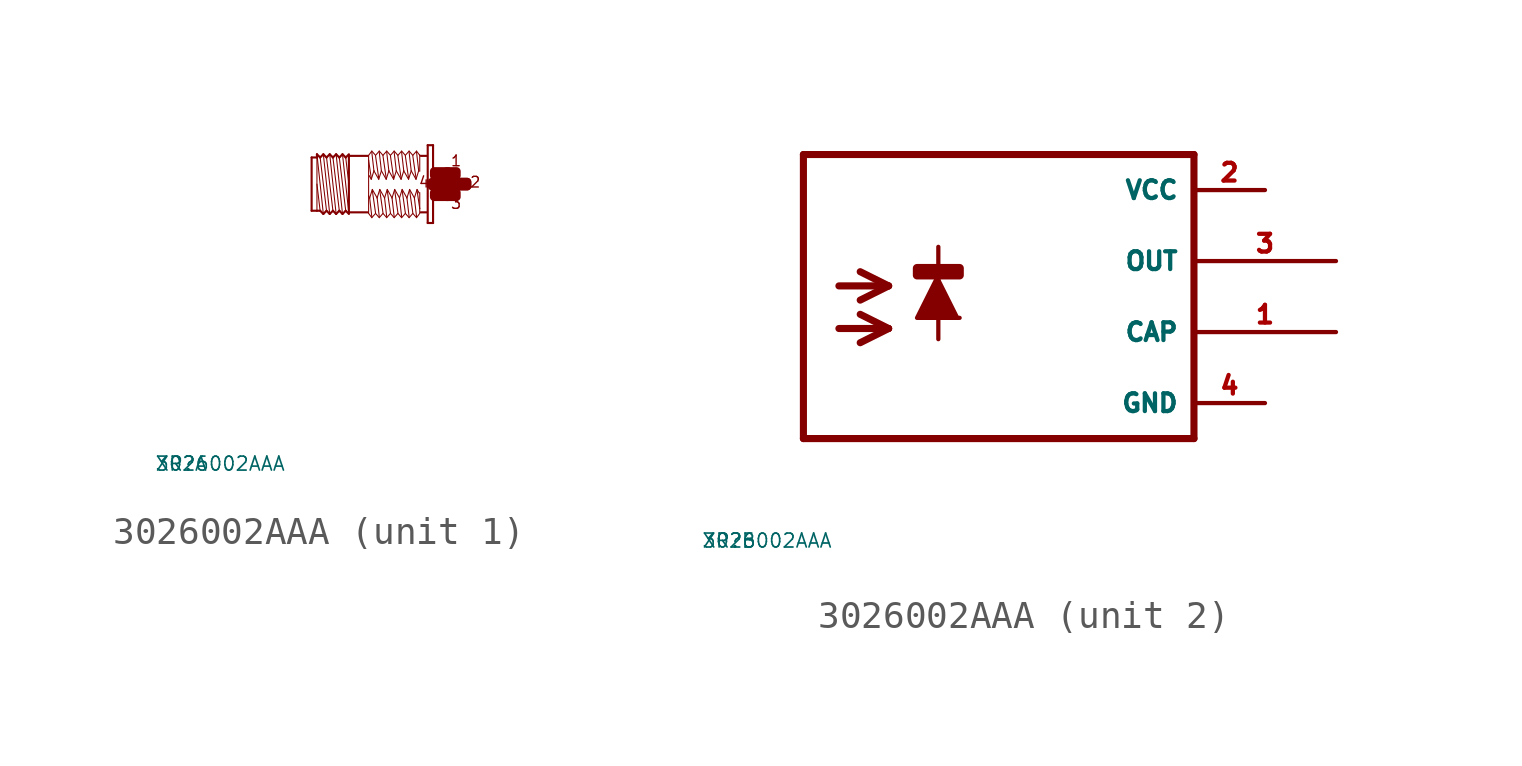
<source format=kicad_sym>
(kicad_symbol_lib
  (version 20220914)
  (generator Eagle2Kicad)
  (symbol "3026002AAA"
    (property "Reference" "XR"
      (at -10 -10 0)
      (effects (font (size 0.5 0.5) (thickness 0.06)) (justify left)))
    (property "Value" "3026002AAA"
      (at -10 -10 0)
      (effects (font (size 0.5 0.5) (thickness 0.06)) (justify left)))
    (symbol "3026002AAA_1_0"
      (polyline (pts (xy -3.048 -1.067) (xy -3.277 1.067)) (stroke (width 0.038) (type default)) (fill (type none)))
      (polyline (pts (xy -3.162 0.953) (xy -3.048 0)) (stroke (width 0.038) (type default)) (fill (type none)))
      (polyline (pts (xy -3.162 -0.953) (xy -3.391 0.953)) (stroke (width 0.038) (type default)) (fill (type none)))
      (polyline (pts (xy -3.277 -1.067) (xy -3.505 1.067)) (stroke (width 0.038) (type default)) (fill (type none)))
      (polyline (pts (xy -3.391 -0.953) (xy -3.619 0.953)) (stroke (width 0.038) (type default)) (fill (type none)))
      (polyline (pts (xy -3.505 -1.067) (xy -3.734 1.067)) (stroke (width 0.038) (type default)) (fill (type none)))
      (polyline (pts (xy -3.619 -0.953) (xy -3.848 0.953)) (stroke (width 0.038) (type default)) (fill (type none)))
      (polyline (pts (xy -3.734 -1.067) (xy -3.962 1.067)) (stroke (width 0.038) (type default)) (fill (type none)))
      (polyline (pts (xy -3.848 -0.953) (xy -4.077 0.953)) (stroke (width 0.038) (type default)) (fill (type none)))
      (polyline (pts (xy -3.962 -1.067) (xy -4.191 1.067)) (stroke (width 0.038) (type default)) (fill (type none)))
      (polyline (pts (xy -4.191 0) (xy -4.077 -0.953)) (stroke (width 0.038) (type default)) (fill (type none)))
      (polyline (pts (xy -4.191 1.029) (xy -4.191 0.953)) (stroke (width 0.038) (type default)) (fill (type none)))
      (polyline (pts (xy -4.191 0.953) (xy -4.191 -0.953)) (stroke (width 0.038) (type default)) (fill (type none)))
      (polyline (pts (xy -4.381 -0.953) (xy -4.381 0.953)) (stroke (width 0.076) (type default)) (fill (type none)))
      (polyline (pts (xy -4.381 0.953) (xy -4.191 0.953)) (stroke (width 0.076) (type default)) (fill (type none)))
      (polyline (pts (xy -4.191 0.953) (xy -4.191 1.067)) (stroke (width 0.076) (type default)) (fill (type none)))
      (polyline (pts (xy -4.191 1.067) (xy -4.077 0.953)) (stroke (width 0.076) (type default)) (fill (type none)))
      (polyline (pts (xy -4.077 0.953) (xy -3.962 1.067)) (stroke (width 0.076) (type default)) (fill (type none)))
      (polyline (pts (xy -3.962 1.067) (xy -3.848 0.953)) (stroke (width 0.076) (type default)) (fill (type none)))
      (polyline (pts (xy -3.848 0.953) (xy -3.734 1.067)) (stroke (width 0.076) (type default)) (fill (type none)))
      (polyline (pts (xy -3.734 1.067) (xy -3.619 0.953)) (stroke (width 0.076) (type default)) (fill (type none)))
      (polyline (pts (xy -3.619 0.953) (xy -3.505 1.067)) (stroke (width 0.076) (type default)) (fill (type none)))
      (polyline (pts (xy -3.277 1.067) (xy -3.162 0.953)) (stroke (width 0.076) (type default)) (fill (type none)))
      (polyline (pts (xy -3.162 0.953) (xy -3.048 1.067)) (stroke (width 0.076) (type default)) (fill (type none)))
      (polyline (pts (xy -3.048 -1.067) (xy -3.162 -0.953)) (stroke (width 0.076) (type default)) (fill (type none)))
      (polyline (pts (xy -3.162 -0.953) (xy -3.277 -1.067)) (stroke (width 0.076) (type default)) (fill (type none)))
      (polyline (pts (xy -3.277 -1.067) (xy -3.391 -0.953)) (stroke (width 0.076) (type default)) (fill (type none)))
      (polyline (pts (xy -3.391 -0.953) (xy -3.505 -1.067)) (stroke (width 0.076) (type default)) (fill (type none)))
      (polyline (pts (xy -3.505 -1.067) (xy -3.619 -0.953)) (stroke (width 0.076) (type default)) (fill (type none)))
      (polyline (pts (xy -3.619 -0.953) (xy -3.734 -1.067)) (stroke (width 0.076) (type default)) (fill (type none)))
      (polyline (pts (xy -3.734 -1.067) (xy -3.848 -0.953)) (stroke (width 0.076) (type default)) (fill (type none)))
      (polyline (pts (xy -3.848 -0.953) (xy -3.962 -1.067)) (stroke (width 0.076) (type default)) (fill (type none)))
      (polyline (pts (xy -3.962 -1.067) (xy -4.077 -0.953)) (stroke (width 0.076) (type default)) (fill (type none)))
      (polyline (pts (xy -4.077 -0.953) (xy -4.191 -0.953)) (stroke (width 0.076) (type default)) (fill (type none)))
      (polyline (pts (xy -4.191 -0.953) (xy -4.381 -0.953)) (stroke (width 0.076) (type default)) (fill (type none)))
      (polyline (pts (xy -3.048 1.029) (xy -3.048 1.01)) (stroke (width 0.076) (type default)) (fill (type none)))
      (polyline (pts (xy -3.048 1.01) (xy -3.048 -1.01)) (stroke (width 0.076) (type default)) (fill (type none)))
      (polyline (pts (xy -3.048 -1.01) (xy -3.048 -1.029)) (stroke (width 0.076) (type default)) (fill (type none)))
      (polyline (pts (xy -0.038 1.391) (xy -0.038 -1.391)) (stroke (width 0.076) (type default)) (fill (type none)))
      (polyline (pts (xy -0.038 -1.391) (xy -0.229 -1.391)) (stroke (width 0.076) (type default)) (fill (type none)))
      (polyline (pts (xy -0.229 -1.391) (xy -0.229 1.391)) (stroke (width 0.076) (type default)) (fill (type none)))
      (polyline (pts (xy -0.229 1.391) (xy -0.038 1.391)) (stroke (width 0.076) (type default)) (fill (type none)))
      (polyline (pts (xy -0.267 1.01) (xy -0.476 1.01)) (stroke (width 0.076) (type default)) (fill (type none)))
      (polyline (pts (xy -0.267 -1.01) (xy -0.476 -1.01)) (stroke (width 0.076) (type default)) (fill (type none)))
      (polyline (pts (xy -2.381 -1.01) (xy -3.048 -1.01)) (stroke (width 0.076) (type default)) (fill (type none)))
      (polyline (pts (xy -3.048 1.01) (xy -2.381 1.01)) (stroke (width 0.076) (type default)) (fill (type none)))
      (polyline (pts (xy -0.514 -1.048) (xy -0.629 -1.2)) (stroke (width 0.038) (type default)) (fill (type none)))
      (polyline (pts (xy -0.629 -1.2) (xy -0.762 -1.048)) (stroke (width 0.038) (type default)) (fill (type none)))
      (polyline (pts (xy -0.762 -1.048) (xy -0.895 -1.2)) (stroke (width 0.038) (type default)) (fill (type none)))
      (polyline (pts (xy -0.895 -1.2) (xy -1.029 -1.048)) (stroke (width 0.038) (type default)) (fill (type none)))
      (polyline (pts (xy -1.029 -1.048) (xy -1.162 -1.2)) (stroke (width 0.038) (type default)) (fill (type none)))
      (polyline (pts (xy -1.162 -1.2) (xy -1.295 -1.048)) (stroke (width 0.038) (type default)) (fill (type none)))
      (polyline (pts (xy -1.295 -1.048) (xy -1.429 -1.2)) (stroke (width 0.038) (type default)) (fill (type none)))
      (polyline (pts (xy -1.429 -1.2) (xy -1.562 -1.048)) (stroke (width 0.038) (type default)) (fill (type none)))
      (polyline (pts (xy -1.562 -1.048) (xy -1.696 -1.2)) (stroke (width 0.038) (type default)) (fill (type none)))
      (polyline (pts (xy -1.696 -1.2) (xy -1.829 -1.048)) (stroke (width 0.038) (type default)) (fill (type none)))
      (polyline (pts (xy -1.829 -1.048) (xy -1.962 -1.2)) (stroke (width 0.038) (type default)) (fill (type none)))
      (polyline (pts (xy -1.962 -1.2) (xy -2.095 -1.048)) (stroke (width 0.038) (type default)) (fill (type none)))
      (polyline (pts (xy -2.095 -1.048) (xy -2.229 -1.2)) (stroke (width 0.038) (type default)) (fill (type none)))
      (polyline (pts (xy -2.229 -1.2) (xy -2.343 -1.048)) (stroke (width 0.038) (type default)) (fill (type none)))
      (polyline (pts (xy -2.343 -1.048) (xy -2.343 -0.419)) (stroke (width 0.038) (type default)) (fill (type none)))
      (polyline (pts (xy -2.343 -0.419) (xy -2.343 0.857)) (stroke (width 0.038) (type default)) (fill (type none)))
      (polyline (pts (xy -2.343 0.857) (xy -2.343 1.029)) (stroke (width 0.038) (type default)) (fill (type none)))
      (polyline (pts (xy -0.514 1.048) (xy -0.514 1.029)) (stroke (width 0.038) (type default)) (fill (type none)))
      (polyline (pts (xy -0.514 1.029) (xy -0.514 0.457)) (stroke (width 0.038) (type default)) (fill (type none)))
      (polyline (pts (xy -0.514 -0.305) (xy -0.514 -0.876)) (stroke (width 0.038) (type default)) (fill (type none)))
      (polyline (pts (xy -0.514 -0.876) (xy -0.514 -1.029)) (stroke (width 0.038) (type default)) (fill (type none)))
      (polyline (pts (xy -0.533 -0.324) (xy -0.61 -0.191)) (stroke (width 0.038) (type default)) (fill (type none)))
      (polyline (pts (xy -0.61 -0.191) (xy -0.705 -0.495)) (stroke (width 0.038) (type default)) (fill (type none)))
      (polyline (pts (xy -0.705 -0.495) (xy -0.876 -0.191)) (stroke (width 0.038) (type default)) (fill (type none)))
      (polyline (pts (xy -0.876 -0.191) (xy -0.972 -0.495)) (stroke (width 0.038) (type default)) (fill (type none)))
      (polyline (pts (xy -0.972 -0.495) (xy -1.143 -0.191)) (stroke (width 0.038) (type default)) (fill (type none)))
      (polyline (pts (xy -1.143 -0.191) (xy -1.238 -0.495)) (stroke (width 0.038) (type default)) (fill (type none)))
      (polyline (pts (xy -1.238 -0.495) (xy -1.41 -0.191)) (stroke (width 0.038) (type default)) (fill (type none)))
      (polyline (pts (xy -1.41 -0.191) (xy -1.505 -0.495)) (stroke (width 0.038) (type default)) (fill (type none)))
      (polyline (pts (xy -1.505 -0.495) (xy -1.676 -0.191)) (stroke (width 0.038) (type default)) (fill (type none)))
      (polyline (pts (xy -1.676 -0.191) (xy -1.772 -0.495)) (stroke (width 0.038) (type default)) (fill (type none)))
      (polyline (pts (xy -1.772 -0.495) (xy -1.943 -0.191)) (stroke (width 0.038) (type default)) (fill (type none)))
      (polyline (pts (xy -1.943 -0.191) (xy -2.038 -0.495)) (stroke (width 0.038) (type default)) (fill (type none)))
      (polyline (pts (xy -2.038 -0.495) (xy -2.21 -0.191)) (stroke (width 0.038) (type default)) (fill (type none)))
      (polyline (pts (xy -2.21 -0.191) (xy -2.305 -0.495)) (stroke (width 0.038) (type default)) (fill (type none)))
      (polyline (pts (xy -2.305 -0.495) (xy -2.343 -0.419)) (stroke (width 0.038) (type default)) (fill (type none)))
      (polyline (pts (xy -2.229 -1.162) (xy -2.305 -0.495)) (stroke (width 0.038) (type default)) (fill (type none)))
      (polyline (pts (xy -2.095 -1.029) (xy -2.21 -0.229)) (stroke (width 0.038) (type default)) (fill (type none)))
      (polyline (pts (xy -1.962 -1.162) (xy -2.038 -0.495)) (stroke (width 0.038) (type default)) (fill (type none)))
      (polyline (pts (xy -1.829 -1.029) (xy -1.943 -0.229)) (stroke (width 0.038) (type default)) (fill (type none)))
      (polyline (pts (xy -1.562 -1.029) (xy -1.676 -0.229)) (stroke (width 0.038) (type default)) (fill (type none)))
      (polyline (pts (xy -1.429 -1.162) (xy -1.505 -0.495)) (stroke (width 0.038) (type default)) (fill (type none)))
      (polyline (pts (xy -1.295 -1.029) (xy -1.41 -0.229)) (stroke (width 0.038) (type default)) (fill (type none)))
      (polyline (pts (xy -1.162 -1.162) (xy -1.238 -0.495)) (stroke (width 0.038) (type default)) (fill (type none)))
      (polyline (pts (xy -1.029 -1.029) (xy -1.143 -0.229)) (stroke (width 0.038) (type default)) (fill (type none)))
      (polyline (pts (xy -0.895 -1.162) (xy -0.972 -0.495)) (stroke (width 0.038) (type default)) (fill (type none)))
      (polyline (pts (xy -0.762 -1.029) (xy -0.876 -0.229)) (stroke (width 0.038) (type default)) (fill (type none)))
      (polyline (pts (xy -0.629 -1.162) (xy -0.705 -0.495)) (stroke (width 0.038) (type default)) (fill (type none)))
      (polyline (pts (xy -0.514 -0.876) (xy -0.61 -0.229)) (stroke (width 0.038) (type default)) (fill (type none)))
      (polyline (pts (xy -2.343 1.029) (xy -2.229 1.181)) (stroke (width 0.038) (type default)) (fill (type none)))
      (polyline (pts (xy -2.229 1.181) (xy -2.095 1.029)) (stroke (width 0.038) (type default)) (fill (type none)))
      (polyline (pts (xy -2.095 1.029) (xy -1.962 1.181)) (stroke (width 0.038) (type default)) (fill (type none)))
      (polyline (pts (xy -1.962 1.181) (xy -1.829 1.029)) (stroke (width 0.038) (type default)) (fill (type none)))
      (polyline (pts (xy -1.829 1.029) (xy -1.696 1.181)) (stroke (width 0.038) (type default)) (fill (type none)))
      (polyline (pts (xy -1.696 1.181) (xy -1.562 1.029)) (stroke (width 0.038) (type default)) (fill (type none)))
      (polyline (pts (xy -1.562 1.029) (xy -1.429 1.181)) (stroke (width 0.038) (type default)) (fill (type none)))
      (polyline (pts (xy -1.429 1.181) (xy -1.295 1.029)) (stroke (width 0.038) (type default)) (fill (type none)))
      (polyline (pts (xy -1.295 1.029) (xy -1.162 1.181)) (stroke (width 0.038) (type default)) (fill (type none)))
      (polyline (pts (xy -1.162 1.181) (xy -1.029 1.029)) (stroke (width 0.038) (type default)) (fill (type none)))
      (polyline (pts (xy -1.029 1.029) (xy -0.895 1.181)) (stroke (width 0.038) (type default)) (fill (type none)))
      (polyline (pts (xy -0.895 1.181) (xy -0.762 1.029)) (stroke (width 0.038) (type default)) (fill (type none)))
      (polyline (pts (xy -0.762 1.029) (xy -0.629 1.181)) (stroke (width 0.038) (type default)) (fill (type none)))
      (polyline (pts (xy -0.629 1.181) (xy -0.514 1.029)) (stroke (width 0.038) (type default)) (fill (type none)))
      (polyline (pts (xy -2.324 0.305) (xy -2.248 0.172)) (stroke (width 0.038) (type default)) (fill (type none)))
      (polyline (pts (xy -2.248 0.172) (xy -2.153 0.476)) (stroke (width 0.038) (type default)) (fill (type none)))
      (polyline (pts (xy -2.153 0.476) (xy -1.981 0.172)) (stroke (width 0.038) (type default)) (fill (type none)))
      (polyline (pts (xy -1.981 0.172) (xy -1.886 0.476)) (stroke (width 0.038) (type default)) (fill (type none)))
      (polyline (pts (xy -1.886 0.476) (xy -1.714 0.172)) (stroke (width 0.038) (type default)) (fill (type none)))
      (polyline (pts (xy -1.714 0.172) (xy -1.619 0.476)) (stroke (width 0.038) (type default)) (fill (type none)))
      (polyline (pts (xy -1.619 0.476) (xy -1.448 0.172)) (stroke (width 0.038) (type default)) (fill (type none)))
      (polyline (pts (xy -1.448 0.172) (xy -1.353 0.476)) (stroke (width 0.038) (type default)) (fill (type none)))
      (polyline (pts (xy -1.353 0.476) (xy -1.181 0.172)) (stroke (width 0.038) (type default)) (fill (type none)))
      (polyline (pts (xy -1.181 0.172) (xy -1.086 0.476)) (stroke (width 0.038) (type default)) (fill (type none)))
      (polyline (pts (xy -1.086 0.476) (xy -0.914 0.172)) (stroke (width 0.038) (type default)) (fill (type none)))
      (polyline (pts (xy -0.914 0.172) (xy -0.819 0.476)) (stroke (width 0.038) (type default)) (fill (type none)))
      (polyline (pts (xy -0.819 0.476) (xy -0.648 0.172)) (stroke (width 0.038) (type default)) (fill (type none)))
      (polyline (pts (xy -0.648 0.172) (xy -0.552 0.476)) (stroke (width 0.038) (type default)) (fill (type none)))
      (polyline (pts (xy -0.629 1.143) (xy -0.552 0.476)) (stroke (width 0.038) (type default)) (fill (type none)))
      (polyline (pts (xy -0.762 1.01) (xy -0.648 0.21)) (stroke (width 0.038) (type default)) (fill (type none)))
      (polyline (pts (xy -0.895 1.143) (xy -0.819 0.476)) (stroke (width 0.038) (type default)) (fill (type none)))
      (polyline (pts (xy -1.029 1.01) (xy -0.914 0.21)) (stroke (width 0.038) (type default)) (fill (type none)))
      (polyline (pts (xy -1.162 1.143) (xy -1.086 0.476)) (stroke (width 0.038) (type default)) (fill (type none)))
      (polyline (pts (xy -1.295 1.01) (xy -1.181 0.21)) (stroke (width 0.038) (type default)) (fill (type none)))
      (polyline (pts (xy -1.429 1.143) (xy -1.353 0.476)) (stroke (width 0.038) (type default)) (fill (type none)))
      (polyline (pts (xy -1.562 1.01) (xy -1.448 0.21)) (stroke (width 0.038) (type default)) (fill (type none)))
      (polyline (pts (xy -1.696 1.143) (xy -1.619 0.476)) (stroke (width 0.038) (type default)) (fill (type none)))
      (polyline (pts (xy -1.829 1.01) (xy -1.714 0.21)) (stroke (width 0.038) (type default)) (fill (type none)))
      (polyline (pts (xy -1.962 1.143) (xy -1.886 0.476)) (stroke (width 0.038) (type default)) (fill (type none)))
      (polyline (pts (xy -2.095 1.01) (xy -1.981 0.21)) (stroke (width 0.038) (type default)) (fill (type none)))
      (polyline (pts (xy -2.229 1.143) (xy -2.153 0.476)) (stroke (width 0.038) (type default)) (fill (type none)))
      (polyline (pts (xy -2.343 0.857) (xy -2.248 0.21)) (stroke (width 0.038) (type default)) (fill (type none)))
      (polyline (pts (xy -1.696 -1.162) (xy -1.772 -0.495)) (stroke (width 0.038) (type default)) (fill (type none)))
      (polyline (pts (xy -3.277 1.067) (xy -3.391 0.953)) (stroke (width 0.076) (type default)) (fill (type none)))
      (polyline (pts (xy -3.391 0.953) (xy -3.505 1.067)) (stroke (width 0.076) (type default)) (fill (type none)))
      (text "1" (at 0.572 0.61 0) (effects (font (size 0.381 0.381) (thickness 0.05)) (justify left bottom)))
      (text "3" (at 0.572 -0.914 0) (effects (font (size 0.381 0.381) (thickness 0.05)) (justify left bottom)))
      (text "2" (at 1.257 -0.152 0) (effects (font (size 0.381 0.381) (thickness 0.05)) (justify left bottom)))
      (text "4" (at -0.572 -0.152 0) (effects (font (size 0.381 0.381) (thickness 0.05)) (justify left bottom)))
      (rectangle (start 0 -0.457) (end 0.495 -0.305) (stroke (width 0.3) (type default)) (fill (type outline)))
      (rectangle (start 0.457 -0.457) (end 0.8 -0.305) (stroke (width 0.3) (type default)) (fill (type outline)))
      (rectangle (start 0.838 -0.076) (end 1.181 0.076) (stroke (width 0.3) (type default)) (fill (type outline)))
      (rectangle (start 0.457 0.305) (end 0.8 0.457) (stroke (width 0.3) (type default)) (fill (type outline)))
      (rectangle (start 0 0.305) (end 0.495 0.457) (stroke (width 0.3) (type default)) (fill (type outline)))
      (rectangle (start 0.419 -0.076) (end 0.762 0.076) (stroke (width 0.3) (type default)) (fill (type outline)))
      (rectangle (start 0.076 -0.076) (end 0.419 0.076) (stroke (width 0.3) (type default)) (fill (type outline)))
      (rectangle (start -0.076 -0.076) (end 0.152 0.076) (stroke (width 0.3) (type default)) (fill (type outline)))
      (rectangle (start 0.762 -0.076) (end 0.838 0.076) (stroke (width 0.3) (type default)) (fill (type outline)))
      (rectangle (start 0.838 -0.076) (end 1.181 0.076) (stroke (width 0.3) (type default)) (fill (type outline))))
    (symbol "3026002AAA_2_0"
      (polyline (pts (xy -1.524 -0.508) (xy -2.286 -2.032) (xy -0.762 -2.032)) (stroke (width 0.152) (type default)) (fill (type outline)))
      (polyline (pts (xy -5.08 -0.889) (xy -3.302 -0.889)) (stroke (width 0.254) (type default)) (fill (type none)))
      (polyline (pts (xy -3.302 -0.889) (xy -4.318 -1.397)) (stroke (width 0.254) (type default)) (fill (type none)))
      (polyline (pts (xy -3.302 -0.889) (xy -4.318 -0.381)) (stroke (width 0.254) (type default)) (fill (type none)))
      (polyline (pts (xy -5.08 -2.413) (xy -3.302 -2.413)) (stroke (width 0.254) (type default)) (fill (type none)))
      (polyline (pts (xy -3.302 -2.413) (xy -4.318 -2.921)) (stroke (width 0.254) (type default)) (fill (type none)))
      (polyline (pts (xy -3.302 -2.413) (xy -4.318 -1.905)) (stroke (width 0.254) (type default)) (fill (type none)))
      (polyline (pts (xy -1.524 0.508) (xy -1.524 -2.794)) (stroke (width 0.152) (type default)) (fill (type none)))
      (polyline (pts (xy 7.62 3.81) (xy -6.35 3.81)) (stroke (width 0.254) (type default)) (fill (type none)))
      (polyline (pts (xy -6.35 3.81) (xy -6.35 -6.35)) (stroke (width 0.254) (type default)) (fill (type none)))
      (polyline (pts (xy -6.35 -6.35) (xy 7.62 -6.35)) (stroke (width 0.254) (type default)) (fill (type none)))
      (polyline (pts (xy 7.62 -6.35) (xy 7.62 3.81)) (stroke (width 0.254) (type default)) (fill (type none)))
      (rectangle (start -2.286 -0.508) (end -0.762 -0.254) (stroke (width 0.3) (type default)) (fill (type outline)))
      (pin unspecified line (at 10.16 2.54 180) (length 2.54) (name "VCC" (effects (font (size 0.635 0.635) (thickness 0.08)) (justify left bottom))) (number "2" (effects (font (size 0.635 0.635) (thickness 0.08)) (justify left bottom))))
      (pin unspecified line (at 10.16 -5.08 180) (length 2.54) (name "GND" (effects (font (size 0.635 0.635) (thickness 0.08)) (justify left bottom))) (number "4" (effects (font (size 0.635 0.635) (thickness 0.08)) (justify left bottom))))
      (pin output line (at 12.7 0 180) (length 5.08) (name "OUT" (effects (font (size 0.635 0.635) (thickness 0.08)) (justify left bottom))) (number "3" (effects (font (size 0.635 0.635) (thickness 0.08)) (justify left bottom))))
      (pin output line (at 12.7 -2.54 180) (length 5.08) (name "CAP" (effects (font (size 0.635 0.635) (thickness 0.08)) (justify left bottom))) (number "1" (effects (font (size 0.635 0.635) (thickness 0.08)) (justify left bottom)))))))
</source>
